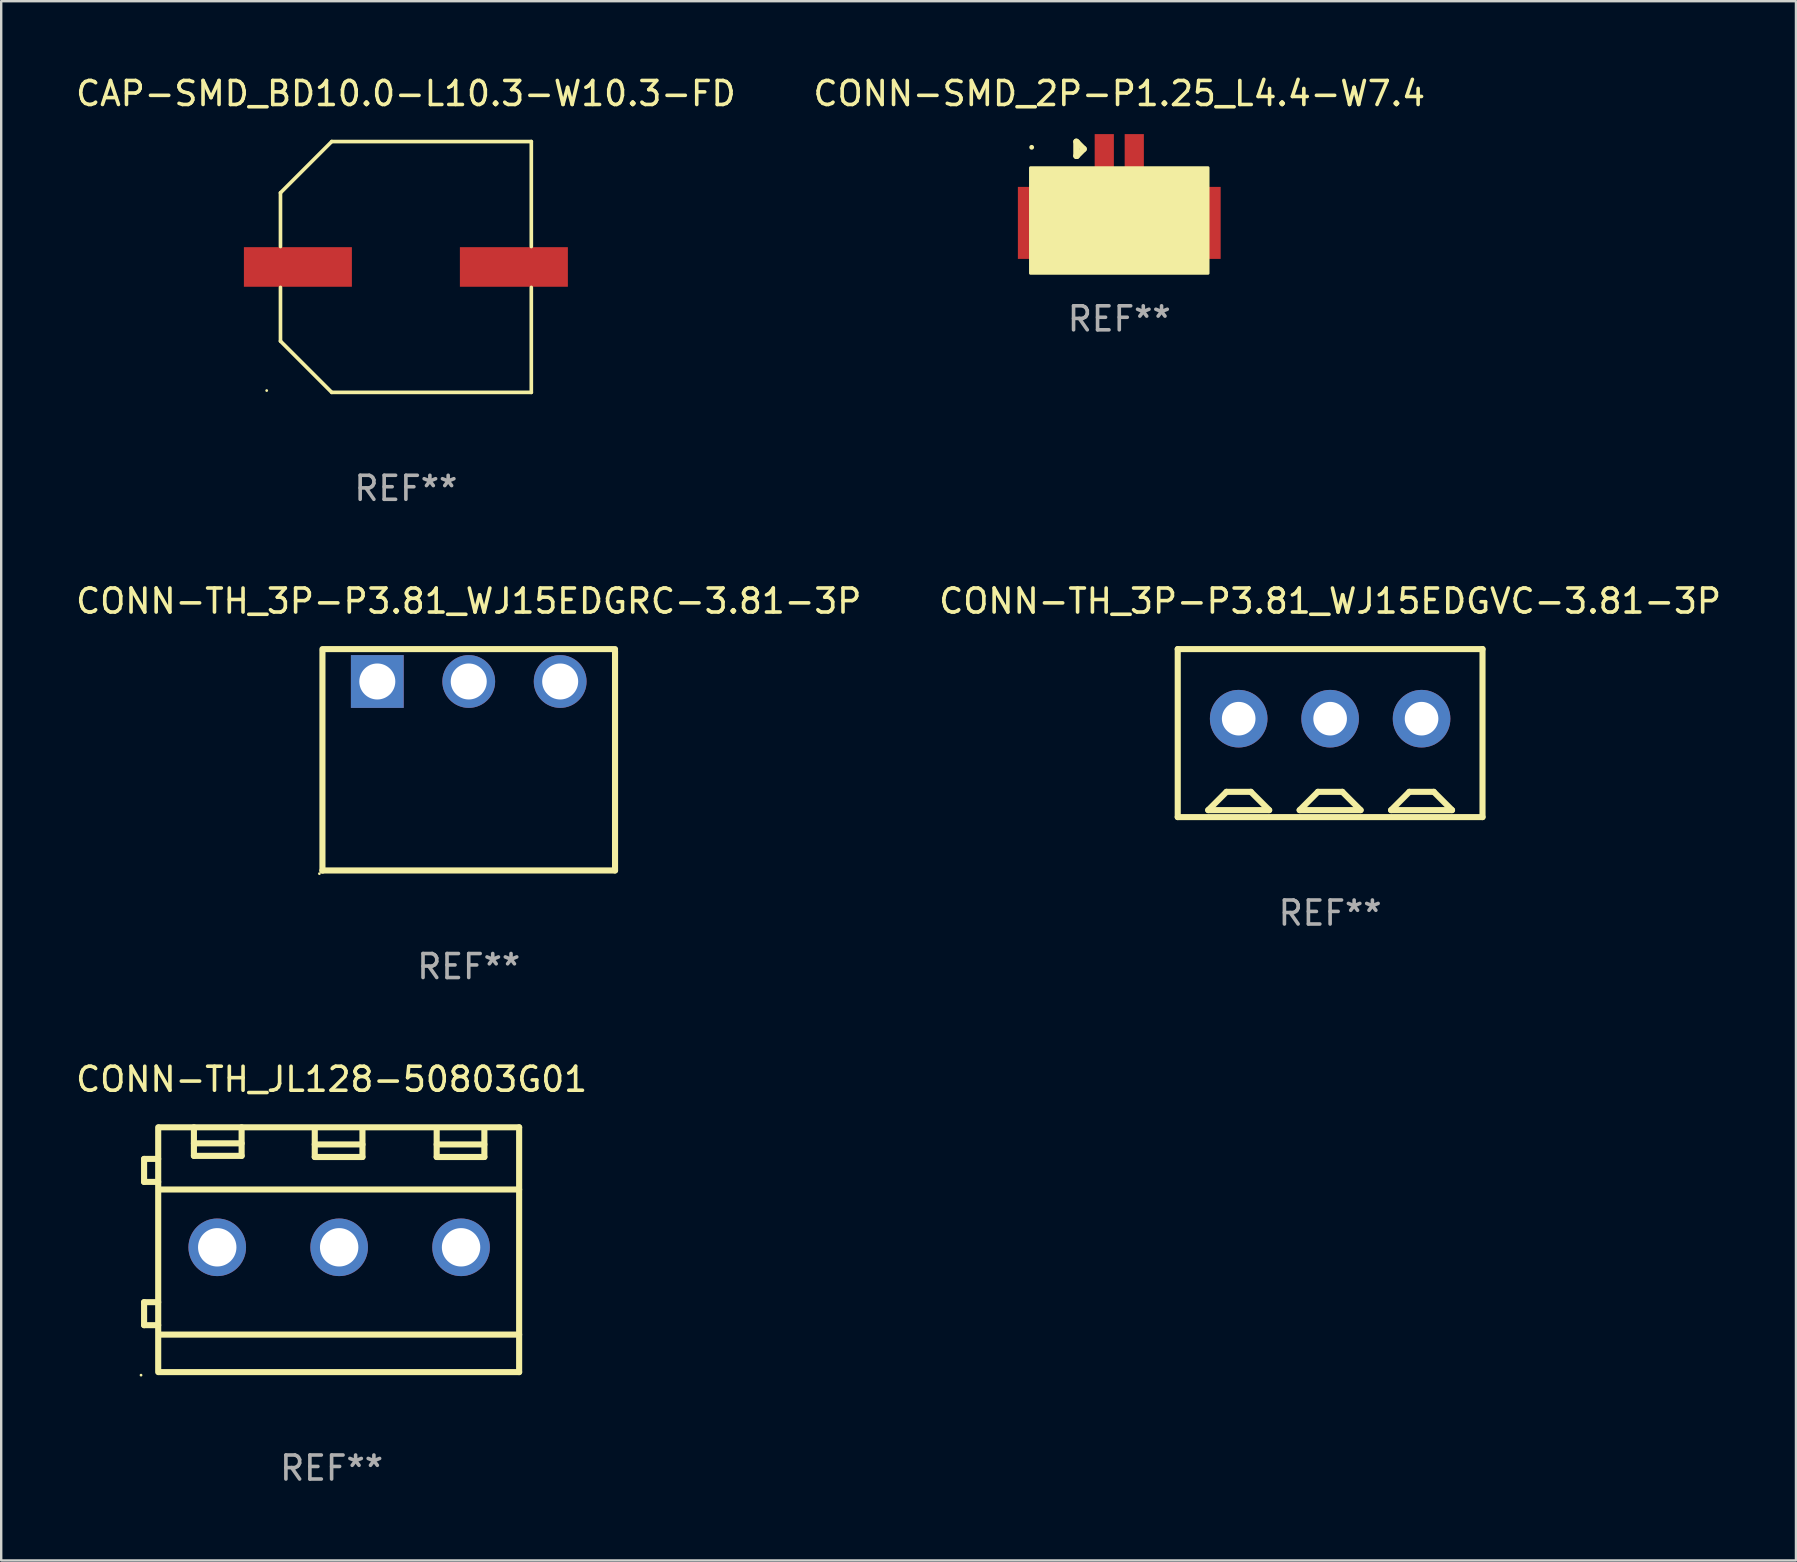
<source format=kicad_pcb>
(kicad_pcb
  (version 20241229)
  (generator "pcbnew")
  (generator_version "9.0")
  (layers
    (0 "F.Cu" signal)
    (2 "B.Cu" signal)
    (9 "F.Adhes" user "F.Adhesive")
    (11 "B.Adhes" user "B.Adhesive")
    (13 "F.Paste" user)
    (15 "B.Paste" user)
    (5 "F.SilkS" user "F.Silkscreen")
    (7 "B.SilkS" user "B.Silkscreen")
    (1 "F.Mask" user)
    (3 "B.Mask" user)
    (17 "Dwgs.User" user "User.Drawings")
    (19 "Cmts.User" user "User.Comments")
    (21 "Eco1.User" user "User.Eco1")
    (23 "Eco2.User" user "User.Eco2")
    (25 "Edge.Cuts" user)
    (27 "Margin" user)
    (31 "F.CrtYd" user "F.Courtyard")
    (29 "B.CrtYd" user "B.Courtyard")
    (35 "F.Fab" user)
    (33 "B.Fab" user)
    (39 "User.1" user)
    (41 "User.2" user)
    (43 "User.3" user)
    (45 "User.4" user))
  (footprint "CONN-TH_JL128-50803G01"
    (layer "F.Cu")
    (at 10.768 49.024)
    (property "Reference" "CONN-TH_JL128-50803G01" (at 0 -7.1 0) (layer "F.SilkS") (effects (font (size 1 1) (thickness 0.15))))
    (attr through_hole)
    (fp_line (start -7.814 -3.783) (end -7.227 -3.783) (stroke (width 0.254) (type solid)) (layer "F.SilkS"))
    (fp_line (start -7.814 -2.825) (end -7.814 -3.783) (stroke (width 0.254) (type solid)) (layer "F.SilkS"))
    (fp_line (start -7.814 2.186) (end -7.227 2.186) (stroke (width 0.254) (type solid)) (layer "F.SilkS"))
    (fp_line (start -7.814 3.144) (end -7.814 2.186) (stroke (width 0.254) (type solid)) (layer "F.SilkS"))
    (fp_line (start -7.227 -2.825) (end -7.814 -2.825) (stroke (width 0.254) (type solid)) (layer "F.SilkS"))
    (fp_line (start -7.227 3.144) (end -7.814 3.144) (stroke (width 0.254) (type solid)) (layer "F.SilkS"))
    (fp_line (start -7.226 -5.1) (end -7.226 5.1) (stroke (width 0.254) (type solid)) (layer "F.SilkS"))
    (fp_line (start -7.186 -5.1) (end 7.814 -5.1) (stroke (width 0.254) (type solid)) (layer "F.SilkS"))
    (fp_line (start -7.186 -2.509) (end 7.814 -2.509) (stroke (width 0.254) (type solid)) (layer "F.SilkS"))
    (fp_line (start -7.186 3.538) (end 7.814 3.538) (stroke (width 0.254) (type solid)) (layer "F.SilkS"))
    (fp_line (start -7.186 5.1) (end 7.814 5.1) (stroke (width 0.254) (type solid)) (layer "F.SilkS"))
    (fp_line (start -5.738 -5.1) (end -5.738 -3.91) (stroke (width 0.254) (type solid)) (layer "F.SilkS"))
    (fp_line (start -5.738 -4.433) (end -3.75 -4.433) (stroke (width 0.254) (type solid)) (layer "F.SilkS"))
    (fp_line (start -5.738 -3.91) (end -3.75 -3.91) (stroke (width 0.254) (type solid)) (layer "F.SilkS"))
    (fp_line (start -3.75 -3.91) (end -3.75 -5.1) (stroke (width 0.254) (type solid)) (layer "F.SilkS"))
    (fp_line (start -0.702 -5.053) (end -0.702 -3.863) (stroke (width 0.254) (type solid)) (layer "F.SilkS"))
    (fp_line (start -0.702 -4.386) (end 1.285 -4.386) (stroke (width 0.254) (type solid)) (layer "F.SilkS"))
    (fp_line (start -0.702 -3.863) (end 1.285 -3.863) (stroke (width 0.254) (type solid)) (layer "F.SilkS"))
    (fp_line (start 1.285 -3.863) (end 1.285 -5.053) (stroke (width 0.254) (type solid)) (layer "F.SilkS"))
    (fp_line (start 4.378 -5.053) (end 4.378 -3.863) (stroke (width 0.254) (type solid)) (layer "F.SilkS"))
    (fp_line (start 4.378 -4.386) (end 6.365 -4.386) (stroke (width 0.254) (type solid)) (layer "F.SilkS"))
    (fp_line (start 4.378 -3.863) (end 6.365 -3.863) (stroke (width 0.254) (type solid)) (layer "F.SilkS"))
    (fp_line (start 6.365 -3.863) (end 6.365 -5.053) (stroke (width 0.254) (type solid)) (layer "F.SilkS"))
    (fp_line (start 7.814 5.1) (end 7.814 -5.1) (stroke (width 0.254) (type solid)) (layer "F.SilkS"))
    (fp_circle (center -7.941 5.227) (end -7.911 5.227) (stroke (width 0.06) (type solid)) (fill no) (layer "F.SilkS"))
    (fp_text user "REF**" (at 0 9.1 0) (layer "F.Fab") (effects (font (size 1 1) (thickness 0.15))))
    (pad "1" thru_hole circle (at -4.766 -0.1) (size 2.4 2.4) (drill 1.6) (layers "*.Cu" "*.Mask"))
    (pad "2" thru_hole circle (at 0.314 -0.1) (size 2.4 2.4) (drill 1.6) (layers "*.Cu" "*.Mask"))
    (pad "3" thru_hole circle (at 5.394 -0.1) (size 2.4 2.4) (drill 1.6) (layers "*.Cu" "*.Mask")))
  (footprint "CAP-SMD_BD10.0-L10.3-W10.3-FD"
    (layer "F.Cu")
    (at 13.863 8.074)
    (property "Reference" "CAP-SMD_BD10.0-L10.3-W10.3-FD" (at 0 -7.226 0) (layer "F.SilkS") (effects (font (size 1 1) (thickness 0.15))))
    (attr through_hole)
    (fp_line (start -5.226 -3.09) (end -5.226 -0.852) (stroke (width 0.152) (type solid)) (layer "F.SilkS"))
    (fp_line (start -5.226 3.09) (end -5.226 0.852) (stroke (width 0.152) (type solid)) (layer "F.SilkS"))
    (fp_line (start -3.09 -5.226) (end -5.226 -3.09) (stroke (width 0.152) (type solid)) (layer "F.SilkS"))
    (fp_line (start -3.09 5.226) (end -5.226 3.09) (stroke (width 0.152) (type solid)) (layer "F.SilkS"))
    (fp_line (start 5.226 -5.226) (end -3.09 -5.226) (stroke (width 0.152) (type solid)) (layer "F.SilkS"))
    (fp_line (start 5.226 -0.852) (end 5.226 -5.226) (stroke (width 0.152) (type solid)) (layer "F.SilkS"))
    (fp_line (start 5.226 0.852) (end 5.226 5.226) (stroke (width 0.152) (type solid)) (layer "F.SilkS"))
    (fp_line (start 5.226 5.226) (end -3.09 5.226) (stroke (width 0.152) (type solid)) (layer "F.SilkS"))
    (fp_circle (center -5.8 5.15) (end -5.77 5.15) (stroke (width 0.06) (type solid)) (fill no) (layer "F.SilkS"))
    (fp_text user "REF**" (at 0 9.226 0) (layer "F.Fab") (effects (font (size 1 1) (thickness 0.15))))
    (pad "1" smd rect (at -4.5 0) (size 4.5 1.65) (layers "F.Cu" "F.Mask" "F.Paste"))
    (pad "2" smd rect (at 4.5 0) (size 4.5 1.65) (layers "F.Cu" "F.Mask" "F.Paste")))
  (footprint "CONN-TH_3P-P3.81_WJ15EDGVC-3.81-3P"
    (layer "F.Cu")
    (at 52.375 27.497)
    (property "Reference" "CONN-TH_3P-P3.81_WJ15EDGVC-3.81-3P" (at 0 -5.5 0) (layer "F.SilkS") (effects (font (size 1 1) (thickness 0.15))))
    (attr through_hole)
    (fp_line (start -6.35 -3.5) (end -6.35 3.5) (stroke (width 0.254) (type solid)) (layer "F.SilkS"))
    (fp_line (start -6.35 -3.5) (end 6.35 -3.5) (stroke (width 0.254) (type solid)) (layer "F.SilkS"))
    (fp_line (start -6.35 3.5) (end 6.35 3.5) (stroke (width 0.254) (type solid)) (layer "F.SilkS"))
    (fp_line (start -5.08 3.21) (end -4.318 2.448) (stroke (width 0.254) (type solid)) (layer "F.SilkS"))
    (fp_line (start -4.318 2.448) (end -3.302 2.448) (stroke (width 0.254) (type solid)) (layer "F.SilkS"))
    (fp_line (start -3.302 2.448) (end -2.54 3.21) (stroke (width 0.254) (type solid)) (layer "F.SilkS"))
    (fp_line (start -2.54 3.21) (end -5.08 3.21) (stroke (width 0.254) (type solid)) (layer "F.SilkS"))
    (fp_line (start -1.27 3.21) (end -0.508 2.448) (stroke (width 0.254) (type solid)) (layer "F.SilkS"))
    (fp_line (start -0.508 2.448) (end 0.508 2.448) (stroke (width 0.254) (type solid)) (layer "F.SilkS"))
    (fp_line (start 0.508 2.448) (end 1.27 3.21) (stroke (width 0.254) (type solid)) (layer "F.SilkS"))
    (fp_line (start 1.27 3.21) (end -1.27 3.21) (stroke (width 0.254) (type solid)) (layer "F.SilkS"))
    (fp_line (start 2.54 3.21) (end 3.302 2.448) (stroke (width 0.254) (type solid)) (layer "F.SilkS"))
    (fp_line (start 3.302 2.448) (end 4.318 2.448) (stroke (width 0.254) (type solid)) (layer "F.SilkS"))
    (fp_line (start 4.318 2.448) (end 5.08 3.21) (stroke (width 0.254) (type solid)) (layer "F.SilkS"))
    (fp_line (start 5.08 3.21) (end 2.54 3.21) (stroke (width 0.254) (type solid)) (layer "F.SilkS"))
    (fp_line (start 6.35 -3.5) (end 6.35 3.5) (stroke (width 0.254) (type solid)) (layer "F.SilkS"))
    (fp_circle (center -6.155 -3.5) (end -6.125 -3.5) (stroke (width 0.06) (type solid)) (fill no) (layer "F.SilkS"))
    (fp_text user "REF**" (at 0 7.5 0) (layer "F.Fab") (effects (font (size 1 1) (thickness 0.15))))
    (pad "1" thru_hole circle (at -3.81 -0.6) (size 2.4 2.4) (drill 1.4) (layers "*.Cu" "*.Mask"))
    (pad "2" thru_hole circle (at 0 -0.6) (size 2.4 2.4) (drill 1.4) (layers "*.Cu" "*.Mask"))
    (pad "3" thru_hole circle (at 3.81 -0.6) (size 2.4 2.4) (drill 1.4) (layers "*.Cu" "*.Mask")))
  (footprint "CONN-TH_3P-P3.81_WJ15EDGRC-3.81-3P"
    (layer "F.Cu")
    (at 16.482 28.612)
    (property "Reference" "CONN-TH_3P-P3.81_WJ15EDGRC-3.81-3P" (at 0 -6.615 0) (layer "F.SilkS") (effects (font (size 1 1) (thickness 0.15))))
    (attr through_hole)
    (fp_line (start -6.096 -4.615) (end 6.096 -4.615) (stroke (width 0.254) (type solid)) (layer "F.SilkS"))
    (fp_line (start -6.096 -4.535) (end -6.096 4.615) (stroke (width 0.254) (type solid)) (layer "F.SilkS"))
    (fp_line (start -6.096 4.609) (end 6.096 4.609) (stroke (width 0.254) (type solid)) (layer "F.SilkS"))
    (fp_line (start 6.096 -4.535) (end 6.096 4.609) (stroke (width 0.254) (type solid)) (layer "F.SilkS"))
    (fp_circle (center -6.223 4.742) (end -6.193 4.742) (stroke (width 0.06) (type solid)) (fill no) (layer "F.SilkS"))
    (fp_text user "REF**" (at 0 8.615 0) (layer "F.Fab") (effects (font (size 1 1) (thickness 0.15))))
    (pad "1" thru_hole rect (at -3.81 -3.265) (size 2.2 2.2) (drill 1.5) (layers "*.Cu" "*.Mask"))
    (pad "2" thru_hole circle (at 0 -3.265) (size 2.2 2.2) (drill 1.5) (layers "*.Cu" "*.Mask"))
    (pad "3" thru_hole circle (at 3.81 -3.265) (size 2.2 2.2) (drill 1.5) (layers "*.Cu" "*.Mask")))
  (footprint "CONN-SMD_2P-P1.25_L4.4-W7.4"
    (layer "F.Cu")
    (at 43.589 4.543)
    (property "Reference" "CONN-SMD_2P-P1.25_L4.4-W7.4" (at 0 -3.695 0) (layer "F.SilkS") (effects (font (size 1 1) (thickness 0.15))))
    (attr through_hole)
    (fp_line (start -1.79 -1.685) (end -1.79 -1.096) (stroke (width 0.254) (type solid)) (layer "F.SilkS"))
    (fp_line (start -1.79 -1.096) (end -1.769 -1.096) (stroke (width 0.254) (type solid)) (layer "F.SilkS"))
    (fp_line (start -1.769 -1.096) (end -1.48 -1.385) (stroke (width 0.254) (type solid)) (layer "F.SilkS"))
    (fp_line (start -1.749 -1.654) (end -1.79 -1.695) (stroke (width 0.254) (type solid)) (layer "F.SilkS"))
    (fp_line (start -1.48 -1.385) (end -1.749 -1.654) (stroke (width 0.254) (type solid)) (layer "F.SilkS"))
    (fp_circle (center -3.65 -1.455) (end -3.6 -1.455) (stroke (width 0.1) (type solid)) (fill no) (layer "F.SilkS"))
    (fp_poly (pts (xy -3.7 -0.605) (xy 3.7 -0.605) (xy 3.7 3.795) (xy -3.7 3.795)) (stroke (width 0.12) (type solid)) (fill yes) (layer "F.SilkS"))
    (fp_text user "REF**" (at 0 5.695 0) (layer "F.Fab") (effects (font (size 1 1) (thickness 0.15))))
    (pad "0" smd rect (at -3.175 1.695) (size 2.1 3) (layers "F.Cu" "F.Mask" "F.Paste"))
    (pad "0" smd rect (at 3.175 1.695) (size 2.1 3) (layers "F.Cu" "F.Mask" "F.Paste"))
    (pad "1" smd rect (at -0.625 -1.205) (size 0.8 1.6) (layers "F.Cu" "F.Mask" "F.Paste"))
    (pad "2" smd rect (at 0.625 -1.205) (size 0.8 1.6) (layers "F.Cu" "F.Mask" "F.Paste")))
  (gr_rect
    (start -3 -3)
    (end 71.786 61.972)
    (stroke (width 0.1) (type default))
    (fill no)
    (layer "Edge.Cuts")))
</source>
